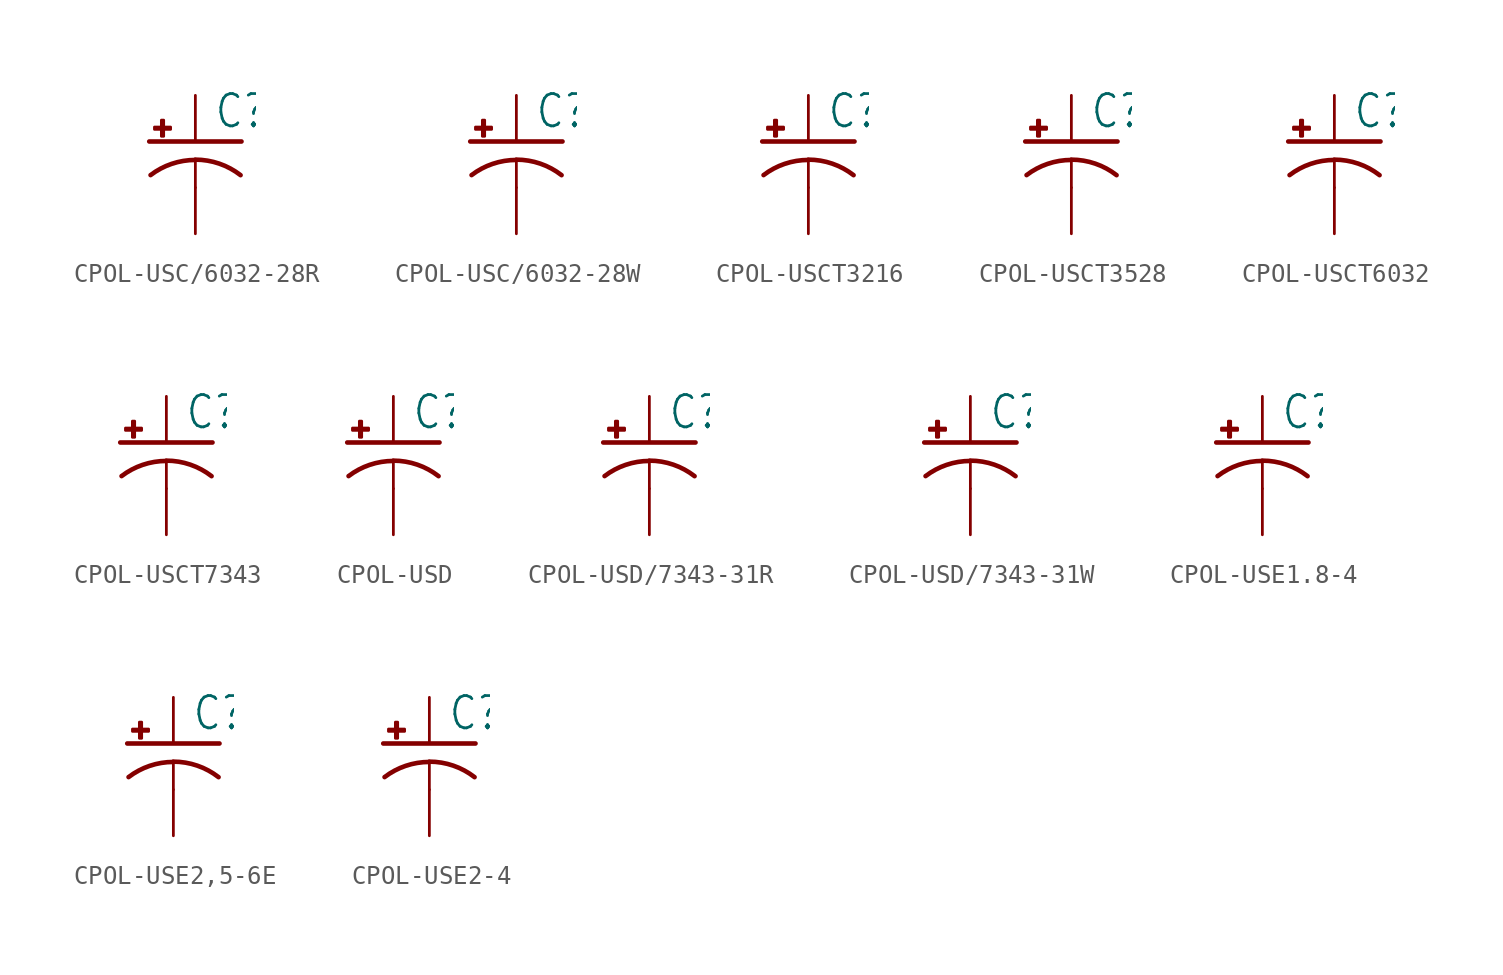
<source format=kicad_sym>
(kicad_symbol_lib
  (version 20241209)
  (generator "kicad_symbol_editor")
  (generator_version "9.0")
  (symbol "CPOL-USC/6032-28R"
    (property "Reference" "C"
      (at 1.016 0.635 0)
      (effects (font (size 1.778 1.511)) (justify left bottom)))
    (property "Value" ""
      (at 1.016 -4.191 0)
      (effects (font (size 1.778 1.511)) (justify left bottom)))
    (property "ki_locked" ""
      (at 0 0 0)
      (effects (font (size 1.27 1.27))))
    (symbol "CPOL-USC/6032-28R_1_0"
      (polyline (pts (xy -2.54 0) (xy 2.54 0)) (stroke (width 0.254) (type solid)) (fill (type none)))
      (rectangle (start -2.253 0.668) (end -1.364 0.795) (stroke (width 0) (type default)) (fill (type outline)))
      (rectangle (start -1.872 0.287) (end -1.745 1.176) (stroke (width 0) (type default)) (fill (type outline)))
      (arc (start -2.4669 -1.8504) (mid -1.3021 -1.2303) (end 0 -1.0161) (stroke (width 0.254) (type solid)) (fill (type none)))
      (polyline (pts (xy 0 -1.016) (xy 0 -2.54)) (stroke (width 0.152) (type solid)) (fill (type none)))
      (arc (start 0 -1) (mid 1.3158 -1.2195) (end 2.4892 -1.8541) (stroke (width 0.254) (type solid)) (fill (type none)))
      (pin passive line (at 0 2.54 270) (length 2.54) (name "+" (effects (font (size 0 0)))) (number "+" (effects (font (size 0 0)))))
      (pin passive line (at 0 -5.08 90) (length 2.54) (name "-" (effects (font (size 0 0)))) (number "-" (effects (font (size 0 0)))))))
  (symbol "CPOL-USC/6032-28W"
    (property "Reference" "C"
      (at 1.016 0.635 0)
      (effects (font (size 1.778 1.511)) (justify left bottom)))
    (property "Value" ""
      (at 1.016 -4.191 0)
      (effects (font (size 1.778 1.511)) (justify left bottom)))
    (property "ki_locked" ""
      (at 0 0 0)
      (effects (font (size 1.27 1.27))))
    (symbol "CPOL-USC/6032-28W_1_0"
      (polyline (pts (xy -2.54 0) (xy 2.54 0)) (stroke (width 0.254) (type solid)) (fill (type none)))
      (rectangle (start -2.253 0.668) (end -1.364 0.795) (stroke (width 0) (type default)) (fill (type outline)))
      (rectangle (start -1.872 0.287) (end -1.745 1.176) (stroke (width 0) (type default)) (fill (type outline)))
      (arc (start -2.4669 -1.8504) (mid -1.3021 -1.2303) (end 0 -1.0161) (stroke (width 0.254) (type solid)) (fill (type none)))
      (polyline (pts (xy 0 -1.016) (xy 0 -2.54)) (stroke (width 0.152) (type solid)) (fill (type none)))
      (arc (start 0 -1) (mid 1.3158 -1.2195) (end 2.4892 -1.8541) (stroke (width 0.254) (type solid)) (fill (type none)))
      (pin passive line (at 0 2.54 270) (length 2.54) (name "+" (effects (font (size 0 0)))) (number "+" (effects (font (size 0 0)))))
      (pin passive line (at 0 -5.08 90) (length 2.54) (name "-" (effects (font (size 0 0)))) (number "-" (effects (font (size 0 0)))))))
  (symbol "CPOL-USCT3216"
    (property "Reference" "C"
      (at 1.016 0.635 0)
      (effects (font (size 1.778 1.511)) (justify left bottom)))
    (property "Value" ""
      (at 1.016 -4.191 0)
      (effects (font (size 1.778 1.511)) (justify left bottom)))
    (property "ki_locked" ""
      (at 0 0 0)
      (effects (font (size 1.27 1.27))))
    (symbol "CPOL-USCT3216_1_0"
      (polyline (pts (xy -2.54 0) (xy 2.54 0)) (stroke (width 0.254) (type solid)) (fill (type none)))
      (rectangle (start -2.253 0.668) (end -1.364 0.795) (stroke (width 0) (type default)) (fill (type outline)))
      (rectangle (start -1.872 0.287) (end -1.745 1.176) (stroke (width 0) (type default)) (fill (type outline)))
      (arc (start -2.4669 -1.8504) (mid -1.3021 -1.2303) (end 0 -1.0161) (stroke (width 0.254) (type solid)) (fill (type none)))
      (polyline (pts (xy 0 -1.016) (xy 0 -2.54)) (stroke (width 0.152) (type solid)) (fill (type none)))
      (arc (start 0 -1) (mid 1.3158 -1.2195) (end 2.4892 -1.8541) (stroke (width 0.254) (type solid)) (fill (type none)))
      (pin passive line (at 0 2.54 270) (length 2.54) (name "+" (effects (font (size 0 0)))) (number "+" (effects (font (size 0 0)))))
      (pin passive line (at 0 -5.08 90) (length 2.54) (name "-" (effects (font (size 0 0)))) (number "-" (effects (font (size 0 0)))))))
  (symbol "CPOL-USCT3528"
    (property "Reference" "C"
      (at 1.016 0.635 0)
      (effects (font (size 1.778 1.511)) (justify left bottom)))
    (property "Value" ""
      (at 1.016 -4.191 0)
      (effects (font (size 1.778 1.511)) (justify left bottom)))
    (property "ki_locked" ""
      (at 0 0 0)
      (effects (font (size 1.27 1.27))))
    (symbol "CPOL-USCT3528_1_0"
      (polyline (pts (xy -2.54 0) (xy 2.54 0)) (stroke (width 0.254) (type solid)) (fill (type none)))
      (rectangle (start -2.253 0.668) (end -1.364 0.795) (stroke (width 0) (type default)) (fill (type outline)))
      (rectangle (start -1.872 0.287) (end -1.745 1.176) (stroke (width 0) (type default)) (fill (type outline)))
      (arc (start -2.4669 -1.8504) (mid -1.3021 -1.2303) (end 0 -1.0161) (stroke (width 0.254) (type solid)) (fill (type none)))
      (polyline (pts (xy 0 -1.016) (xy 0 -2.54)) (stroke (width 0.152) (type solid)) (fill (type none)))
      (arc (start 0 -1) (mid 1.3158 -1.2195) (end 2.4892 -1.8541) (stroke (width 0.254) (type solid)) (fill (type none)))
      (pin passive line (at 0 2.54 270) (length 2.54) (name "+" (effects (font (size 0 0)))) (number "+" (effects (font (size 0 0)))))
      (pin passive line (at 0 -5.08 90) (length 2.54) (name "-" (effects (font (size 0 0)))) (number "-" (effects (font (size 0 0)))))))
  (symbol "CPOL-USCT6032"
    (property "Reference" "C"
      (at 1.016 0.635 0)
      (effects (font (size 1.778 1.511)) (justify left bottom)))
    (property "Value" ""
      (at 1.016 -4.191 0)
      (effects (font (size 1.778 1.511)) (justify left bottom)))
    (property "ki_locked" ""
      (at 0 0 0)
      (effects (font (size 1.27 1.27))))
    (symbol "CPOL-USCT6032_1_0"
      (polyline (pts (xy -2.54 0) (xy 2.54 0)) (stroke (width 0.254) (type solid)) (fill (type none)))
      (rectangle (start -2.253 0.668) (end -1.364 0.795) (stroke (width 0) (type default)) (fill (type outline)))
      (rectangle (start -1.872 0.287) (end -1.745 1.176) (stroke (width 0) (type default)) (fill (type outline)))
      (arc (start -2.4669 -1.8504) (mid -1.3021 -1.2303) (end 0 -1.0161) (stroke (width 0.254) (type solid)) (fill (type none)))
      (polyline (pts (xy 0 -1.016) (xy 0 -2.54)) (stroke (width 0.152) (type solid)) (fill (type none)))
      (arc (start 0 -1) (mid 1.3158 -1.2195) (end 2.4892 -1.8541) (stroke (width 0.254) (type solid)) (fill (type none)))
      (pin passive line (at 0 2.54 270) (length 2.54) (name "+" (effects (font (size 0 0)))) (number "+" (effects (font (size 0 0)))))
      (pin passive line (at 0 -5.08 90) (length 2.54) (name "-" (effects (font (size 0 0)))) (number "-" (effects (font (size 0 0)))))))
  (symbol "CPOL-USCT7343"
    (property "Reference" "C"
      (at 1.016 0.635 0)
      (effects (font (size 1.778 1.511)) (justify left bottom)))
    (property "Value" ""
      (at 1.016 -4.191 0)
      (effects (font (size 1.778 1.511)) (justify left bottom)))
    (property "ki_locked" ""
      (at 0 0 0)
      (effects (font (size 1.27 1.27))))
    (symbol "CPOL-USCT7343_1_0"
      (polyline (pts (xy -2.54 0) (xy 2.54 0)) (stroke (width 0.254) (type solid)) (fill (type none)))
      (rectangle (start -2.253 0.668) (end -1.364 0.795) (stroke (width 0) (type default)) (fill (type outline)))
      (rectangle (start -1.872 0.287) (end -1.745 1.176) (stroke (width 0) (type default)) (fill (type outline)))
      (arc (start -2.4669 -1.8504) (mid -1.3021 -1.2303) (end 0 -1.0161) (stroke (width 0.254) (type solid)) (fill (type none)))
      (polyline (pts (xy 0 -1.016) (xy 0 -2.54)) (stroke (width 0.152) (type solid)) (fill (type none)))
      (arc (start 0 -1) (mid 1.3158 -1.2195) (end 2.4892 -1.8541) (stroke (width 0.254) (type solid)) (fill (type none)))
      (pin passive line (at 0 2.54 270) (length 2.54) (name "+" (effects (font (size 0 0)))) (number "+" (effects (font (size 0 0)))))
      (pin passive line (at 0 -5.08 90) (length 2.54) (name "-" (effects (font (size 0 0)))) (number "-" (effects (font (size 0 0)))))))
  (symbol "CPOL-USD"
    (property "Reference" "C"
      (at 1.016 0.635 0)
      (effects (font (size 1.778 1.511)) (justify left bottom)))
    (property "Value" ""
      (at 1.016 -4.191 0)
      (effects (font (size 1.778 1.511)) (justify left bottom)))
    (property "ki_locked" ""
      (at 0 0 0)
      (effects (font (size 1.27 1.27))))
    (symbol "CPOL-USD_1_0"
      (polyline (pts (xy -2.54 0) (xy 2.54 0)) (stroke (width 0.254) (type solid)) (fill (type none)))
      (rectangle (start -2.253 0.668) (end -1.364 0.795) (stroke (width 0) (type default)) (fill (type outline)))
      (rectangle (start -1.872 0.287) (end -1.745 1.176) (stroke (width 0) (type default)) (fill (type outline)))
      (arc (start -2.4669 -1.8504) (mid -1.3021 -1.2303) (end 0 -1.0161) (stroke (width 0.254) (type solid)) (fill (type none)))
      (polyline (pts (xy 0 -1.016) (xy 0 -2.54)) (stroke (width 0.152) (type solid)) (fill (type none)))
      (arc (start 0 -1) (mid 1.3158 -1.2195) (end 2.4892 -1.8541) (stroke (width 0.254) (type solid)) (fill (type none)))
      (pin passive line (at 0 2.54 270) (length 2.54) (name "+" (effects (font (size 0 0)))) (number "+" (effects (font (size 0 0)))))
      (pin passive line (at 0 -5.08 90) (length 2.54) (name "-" (effects (font (size 0 0)))) (number "-" (effects (font (size 0 0)))))))
  (symbol "CPOL-USD/7343-31R"
    (property "Reference" "C"
      (at 1.016 0.635 0)
      (effects (font (size 1.778 1.511)) (justify left bottom)))
    (property "Value" ""
      (at 1.016 -4.191 0)
      (effects (font (size 1.778 1.511)) (justify left bottom)))
    (property "ki_locked" ""
      (at 0 0 0)
      (effects (font (size 1.27 1.27))))
    (symbol "CPOL-USD/7343-31R_1_0"
      (polyline (pts (xy -2.54 0) (xy 2.54 0)) (stroke (width 0.254) (type solid)) (fill (type none)))
      (rectangle (start -2.253 0.668) (end -1.364 0.795) (stroke (width 0) (type default)) (fill (type outline)))
      (rectangle (start -1.872 0.287) (end -1.745 1.176) (stroke (width 0) (type default)) (fill (type outline)))
      (arc (start -2.4669 -1.8504) (mid -1.3021 -1.2303) (end 0 -1.0161) (stroke (width 0.254) (type solid)) (fill (type none)))
      (polyline (pts (xy 0 -1.016) (xy 0 -2.54)) (stroke (width 0.152) (type solid)) (fill (type none)))
      (arc (start 0 -1) (mid 1.3158 -1.2195) (end 2.4892 -1.8541) (stroke (width 0.254) (type solid)) (fill (type none)))
      (pin passive line (at 0 2.54 270) (length 2.54) (name "+" (effects (font (size 0 0)))) (number "+" (effects (font (size 0 0)))))
      (pin passive line (at 0 -5.08 90) (length 2.54) (name "-" (effects (font (size 0 0)))) (number "-" (effects (font (size 0 0)))))))
  (symbol "CPOL-USD/7343-31W"
    (property "Reference" "C"
      (at 1.016 0.635 0)
      (effects (font (size 1.778 1.511)) (justify left bottom)))
    (property "Value" ""
      (at 1.016 -4.191 0)
      (effects (font (size 1.778 1.511)) (justify left bottom)))
    (property "ki_locked" ""
      (at 0 0 0)
      (effects (font (size 1.27 1.27))))
    (symbol "CPOL-USD/7343-31W_1_0"
      (polyline (pts (xy -2.54 0) (xy 2.54 0)) (stroke (width 0.254) (type solid)) (fill (type none)))
      (rectangle (start -2.253 0.668) (end -1.364 0.795) (stroke (width 0) (type default)) (fill (type outline)))
      (rectangle (start -1.872 0.287) (end -1.745 1.176) (stroke (width 0) (type default)) (fill (type outline)))
      (arc (start -2.4669 -1.8504) (mid -1.3021 -1.2303) (end 0 -1.0161) (stroke (width 0.254) (type solid)) (fill (type none)))
      (polyline (pts (xy 0 -1.016) (xy 0 -2.54)) (stroke (width 0.152) (type solid)) (fill (type none)))
      (arc (start 0 -1) (mid 1.3158 -1.2195) (end 2.4892 -1.8541) (stroke (width 0.254) (type solid)) (fill (type none)))
      (pin passive line (at 0 2.54 270) (length 2.54) (name "+" (effects (font (size 0 0)))) (number "+" (effects (font (size 0 0)))))
      (pin passive line (at 0 -5.08 90) (length 2.54) (name "-" (effects (font (size 0 0)))) (number "-" (effects (font (size 0 0)))))))
  (symbol "CPOL-USE1.8-4"
    (property "Reference" "C"
      (at 1.016 0.635 0)
      (effects (font (size 1.778 1.511)) (justify left bottom)))
    (property "Value" ""
      (at 1.016 -4.191 0)
      (effects (font (size 1.778 1.511)) (justify left bottom)))
    (property "ki_locked" ""
      (at 0 0 0)
      (effects (font (size 1.27 1.27))))
    (symbol "CPOL-USE1.8-4_1_0"
      (polyline (pts (xy -2.54 0) (xy 2.54 0)) (stroke (width 0.254) (type solid)) (fill (type none)))
      (rectangle (start -2.253 0.668) (end -1.364 0.795) (stroke (width 0) (type default)) (fill (type outline)))
      (rectangle (start -1.872 0.287) (end -1.745 1.176) (stroke (width 0) (type default)) (fill (type outline)))
      (arc (start -2.4669 -1.8504) (mid -1.3021 -1.2303) (end 0 -1.0161) (stroke (width 0.254) (type solid)) (fill (type none)))
      (polyline (pts (xy 0 -1.016) (xy 0 -2.54)) (stroke (width 0.152) (type solid)) (fill (type none)))
      (arc (start 0 -1) (mid 1.3158 -1.2195) (end 2.4892 -1.8541) (stroke (width 0.254) (type solid)) (fill (type none)))
      (pin passive line (at 0 2.54 270) (length 2.54) (name "+" (effects (font (size 0 0)))) (number "+" (effects (font (size 0 0)))))
      (pin passive line (at 0 -5.08 90) (length 2.54) (name "-" (effects (font (size 0 0)))) (number "-" (effects (font (size 0 0)))))))
  (symbol "CPOL-USE2,5-6E"
    (property "Reference" "C"
      (at 1.016 0.635 0)
      (effects (font (size 1.778 1.511)) (justify left bottom)))
    (property "Value" ""
      (at 1.016 -4.191 0)
      (effects (font (size 1.778 1.511)) (justify left bottom)))
    (property "ki_locked" ""
      (at 0 0 0)
      (effects (font (size 1.27 1.27))))
    (symbol "CPOL-USE2,5-6E_1_0"
      (polyline (pts (xy -2.54 0) (xy 2.54 0)) (stroke (width 0.254) (type solid)) (fill (type none)))
      (rectangle (start -2.253 0.668) (end -1.364 0.795) (stroke (width 0) (type default)) (fill (type outline)))
      (rectangle (start -1.872 0.287) (end -1.745 1.176) (stroke (width 0) (type default)) (fill (type outline)))
      (arc (start -2.4669 -1.8504) (mid -1.3021 -1.2303) (end 0 -1.0161) (stroke (width 0.254) (type solid)) (fill (type none)))
      (polyline (pts (xy 0 -1.016) (xy 0 -2.54)) (stroke (width 0.152) (type solid)) (fill (type none)))
      (arc (start 0 -1) (mid 1.3158 -1.2195) (end 2.4892 -1.8541) (stroke (width 0.254) (type solid)) (fill (type none)))
      (pin passive line (at 0 2.54 270) (length 2.54) (name "+" (effects (font (size 0 0)))) (number "+" (effects (font (size 0 0)))))
      (pin passive line (at 0 -5.08 90) (length 2.54) (name "-" (effects (font (size 0 0)))) (number "-" (effects (font (size 0 0)))))))
  (symbol "CPOL-USE2-4"
    (property "Reference" "C"
      (at 1.016 0.635 0)
      (effects (font (size 1.778 1.511)) (justify left bottom)))
    (property "Value" ""
      (at 1.016 -4.191 0)
      (effects (font (size 1.778 1.511)) (justify left bottom)))
    (property "ki_locked" ""
      (at 0 0 0)
      (effects (font (size 1.27 1.27))))
    (symbol "CPOL-USE2-4_1_0"
      (polyline (pts (xy -2.54 0) (xy 2.54 0)) (stroke (width 0.254) (type solid)) (fill (type none)))
      (rectangle (start -2.253 0.668) (end -1.364 0.795) (stroke (width 0) (type default)) (fill (type outline)))
      (rectangle (start -1.872 0.287) (end -1.745 1.176) (stroke (width 0) (type default)) (fill (type outline)))
      (arc (start -2.4669 -1.8504) (mid -1.3021 -1.2303) (end 0 -1.0161) (stroke (width 0.254) (type solid)) (fill (type none)))
      (polyline (pts (xy 0 -1.016) (xy 0 -2.54)) (stroke (width 0.152) (type solid)) (fill (type none)))
      (arc (start 0 -1) (mid 1.3158 -1.2195) (end 2.4892 -1.8541) (stroke (width 0.254) (type solid)) (fill (type none)))
      (pin passive line (at 0 2.54 270) (length 2.54) (name "+" (effects (font (size 0 0)))) (number "+" (effects (font (size 0 0)))))
      (pin passive line (at 0 -5.08 90) (length 2.54) (name "-" (effects (font (size 0 0)))) (number "-" (effects (font (size 0 0))))))))
</source>
